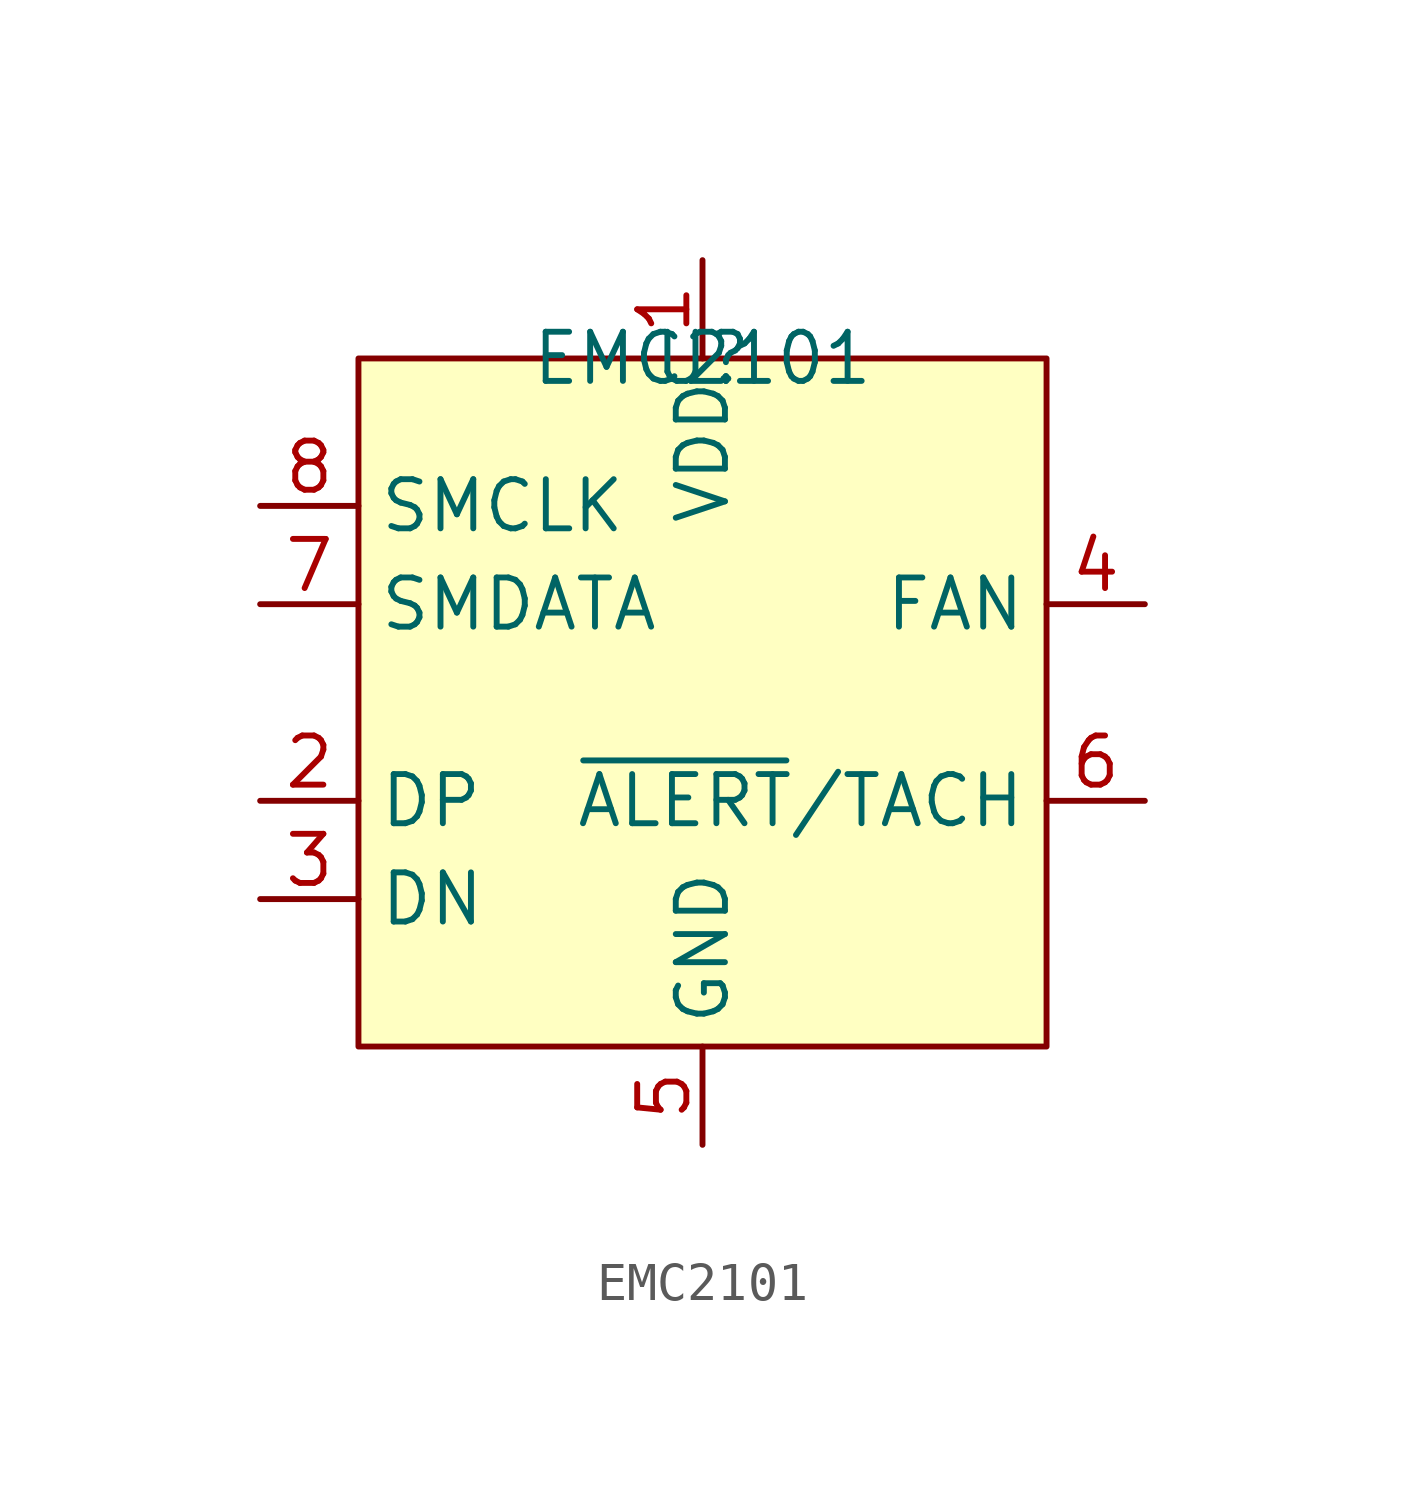
<source format=kicad_sym>
(kicad_symbol_lib
  (version 20231120)
  (generator "kicad_symbol_editor")
  (generator_version "8.0")
  (symbol "EMC2101"
    (property "Reference" "U"
      (at 0 0 0)
      (effects (font (size 1.27 1.27))))
    (property "Value" "EMC2101"
      (at 0 0 0)
      (effects (font (size 1.27 1.27))))
    (symbol "EMC2101_1_1"
      (rectangle (start -8.89 0) (end 8.89 -17.78) (stroke (width 0) (type default)) (fill (type background)))
      (pin power_in line (at 0 2.54 270) (length 2.54) (name "VDD" (effects (font (size 1.27 1.27)))) (number "1" (effects (font (size 1.27 1.27)))))
      (pin passive line (at -11.43 -11.43 0) (length 2.54) (name "DP" (effects (font (size 1.27 1.27)))) (number "2" (effects (font (size 1.27 1.27)))))
      (pin passive line (at -11.43 -13.97 0) (length 2.54) (name "DN" (effects (font (size 1.27 1.27)))) (number "3" (effects (font (size 1.27 1.27)))))
      (pin passive line (at 11.43 -6.35 180) (length 2.54) (name "FAN" (effects (font (size 1.27 1.27)))) (number "4" (effects (font (size 1.27 1.27)))))
      (pin passive line (at 0 -20.32 90) (length 2.54) (name "GND" (effects (font (size 1.27 1.27)))) (number "5" (effects (font (size 1.27 1.27)))))
      (pin bidirectional line (at 11.43 -11.43 180) (length 2.54) (name "~{ALERT}/TACH" (effects (font (size 1.27 1.27)))) (number "6" (effects (font (size 1.27 1.27)))))
      (pin bidirectional line (at -11.43 -6.35 0) (length 2.54) (name "SMDATA" (effects (font (size 1.27 1.27)))) (number "7" (effects (font (size 1.27 1.27)))))
      (pin input line (at -11.43 -3.81 0) (length 2.54) (name "SMCLK" (effects (font (size 1.27 1.27)))) (number "8" (effects (font (size 1.27 1.27))))))))
</source>
